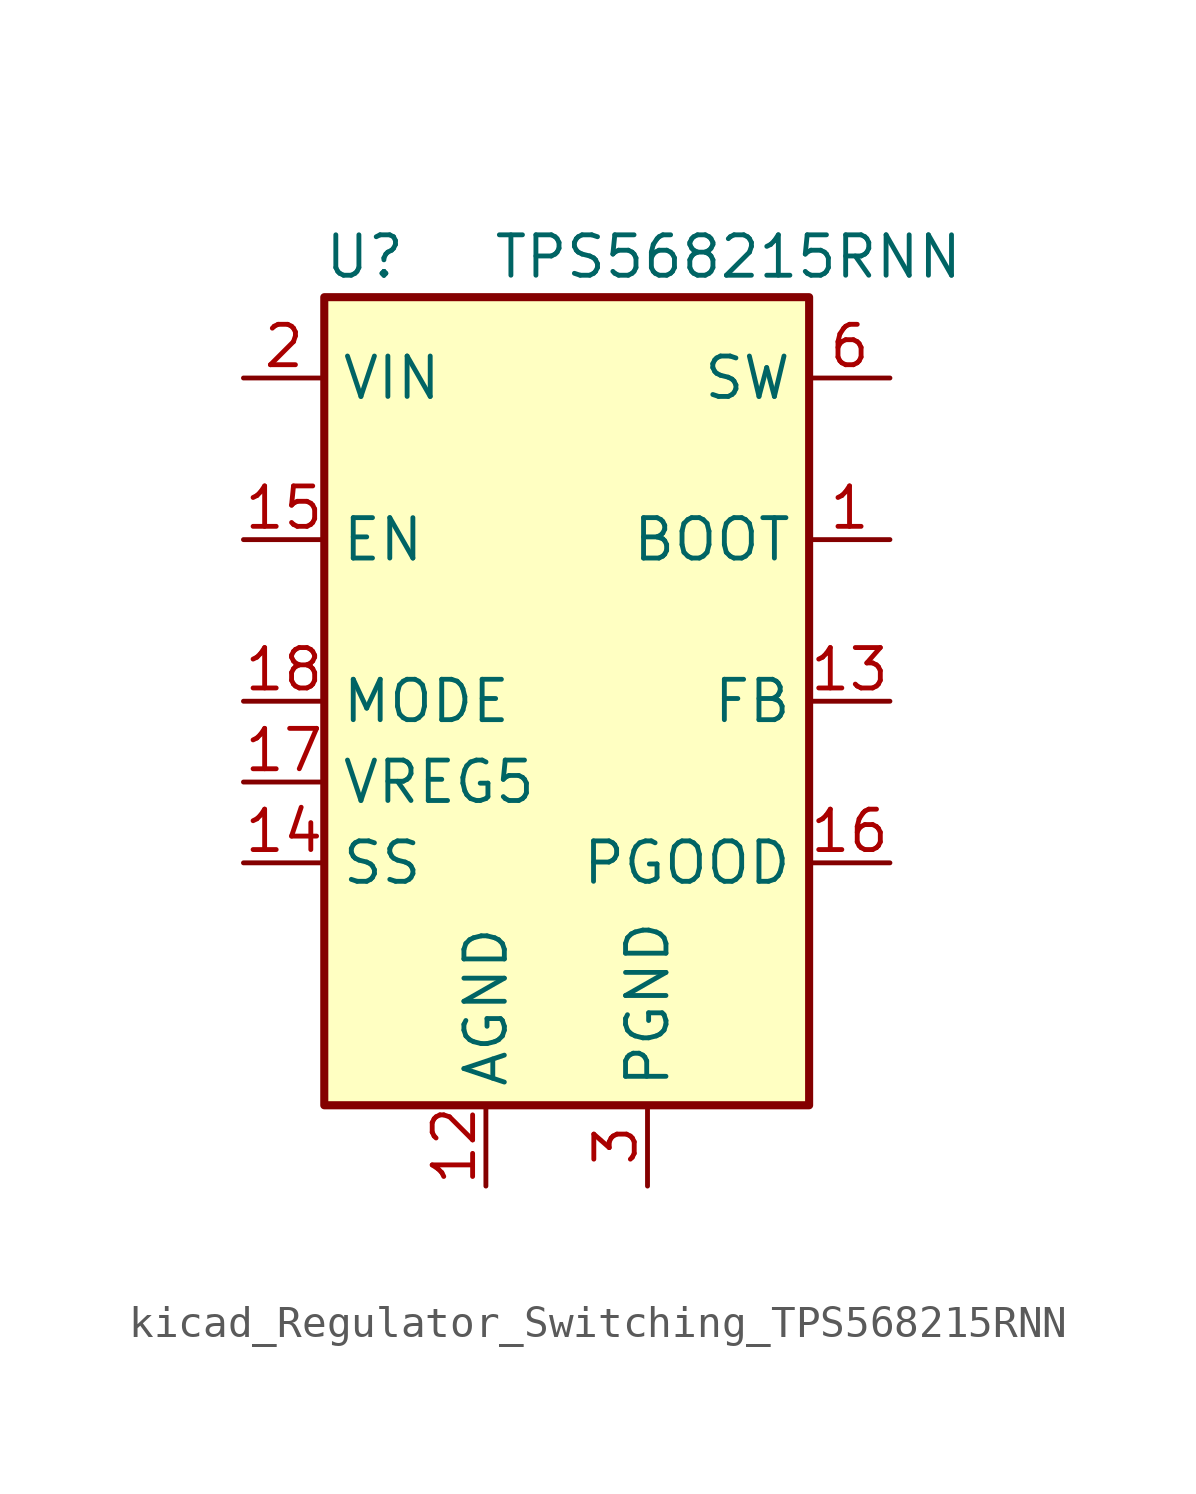
<source format=kicad_sym>
(kicad_symbol_lib
  (version 20220914)
  (generator kicad_symbol_editor)
  (symbol "kicad_Regulator_Switching_TPS568215RNN"
    (property "Reference" "U"
      (at -6.35 13.97 0)
      (effects (font (size 1.27 1.27))))
    (property "Value" "TPS568215RNN"
      (at 5.08 13.97 0)
      (effects (font (size 1.27 1.27))))
    (symbol "kicad_Regulator_Switching_TPS568215RNN_0_1"
      (rectangle (start -7.62 12.7) (end 7.62 -12.7) (stroke (width 0.254) (type default)) (fill (type background))))
    (symbol "kicad_Regulator_Switching_TPS568215RNN_1_1"
      (pin passive line (at 10.16 5.08 180) (length 2.54) (name "BOOT" (effects (font (size 1.27 1.27)))) (number "1" (effects (font (size 1.27 1.27)))))
      (pin passive line (at 2.54 -15.24 90) (length 2.54) hide (name "PGND" (effects (font (size 1.27 1.27)))) (number "10" (effects (font (size 1.27 1.27)))))
      (pin passive line (at -10.16 10.16 0) (length 2.54) hide (name "VIN" (effects (font (size 1.27 1.27)))) (number "11" (effects (font (size 1.27 1.27)))))
      (pin power_in line (at -2.54 -15.24 90) (length 2.54) (name "AGND" (effects (font (size 1.27 1.27)))) (number "12" (effects (font (size 1.27 1.27)))))
      (pin input line (at 10.16 0 180) (length 2.54) (name "FB" (effects (font (size 1.27 1.27)))) (number "13" (effects (font (size 1.27 1.27)))))
      (pin passive line (at -10.16 -5.08 0) (length 2.54) (name "SS" (effects (font (size 1.27 1.27)))) (number "14" (effects (font (size 1.27 1.27)))))
      (pin input line (at -10.16 5.08 0) (length 2.54) (name "EN" (effects (font (size 1.27 1.27)))) (number "15" (effects (font (size 1.27 1.27)))))
      (pin open_collector line (at 10.16 -5.08 180) (length 2.54) (name "PGOOD" (effects (font (size 1.27 1.27)))) (number "16" (effects (font (size 1.27 1.27)))))
      (pin passive line (at -10.16 -2.54 0) (length 2.54) (name "VREG5" (effects (font (size 1.27 1.27)))) (number "17" (effects (font (size 1.27 1.27)))))
      (pin input line (at -10.16 0 0) (length 2.54) (name "MODE" (effects (font (size 1.27 1.27)))) (number "18" (effects (font (size 1.27 1.27)))))
      (pin power_in line (at -10.16 10.16 0) (length 2.54) (name "VIN" (effects (font (size 1.27 1.27)))) (number "2" (effects (font (size 1.27 1.27)))))
      (pin power_in line (at 2.54 -15.24 90) (length 2.54) (name "PGND" (effects (font (size 1.27 1.27)))) (number "3" (effects (font (size 1.27 1.27)))))
      (pin passive line (at 2.54 -15.24 90) (length 2.54) hide (name "PGND" (effects (font (size 1.27 1.27)))) (number "4" (effects (font (size 1.27 1.27)))))
      (pin passive line (at 2.54 -15.24 90) (length 2.54) hide (name "PGND" (effects (font (size 1.27 1.27)))) (number "5" (effects (font (size 1.27 1.27)))))
      (pin power_out line (at 10.16 10.16 180) (length 2.54) (name "SW" (effects (font (size 1.27 1.27)))) (number "6" (effects (font (size 1.27 1.27)))))
      (pin passive line (at 10.16 10.16 180) (length 2.54) hide (name "SW" (effects (font (size 1.27 1.27)))) (number "7" (effects (font (size 1.27 1.27)))))
      (pin passive line (at 2.54 -15.24 90) (length 2.54) hide (name "PGND" (effects (font (size 1.27 1.27)))) (number "8" (effects (font (size 1.27 1.27)))))
      (pin passive line (at 2.54 -15.24 90) (length 2.54) hide (name "PGND" (effects (font (size 1.27 1.27)))) (number "9" (effects (font (size 1.27 1.27))))))))
</source>
